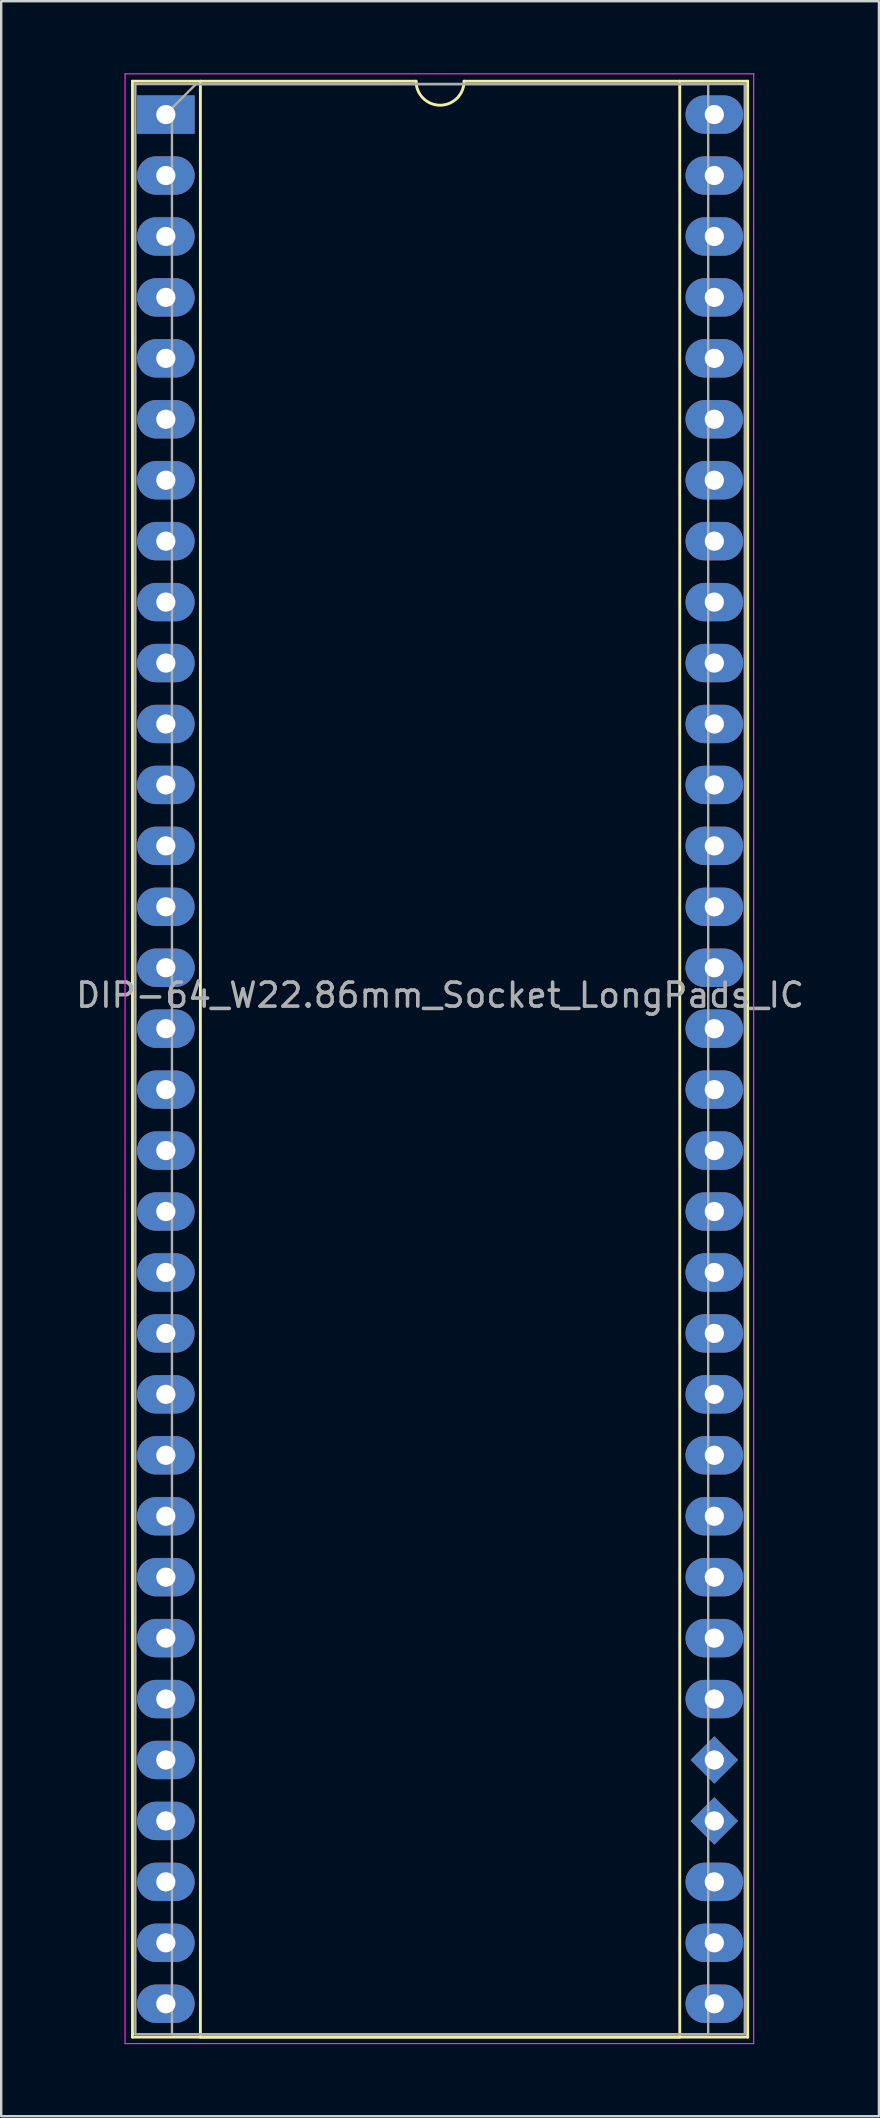
<source format=kicad_pcb>
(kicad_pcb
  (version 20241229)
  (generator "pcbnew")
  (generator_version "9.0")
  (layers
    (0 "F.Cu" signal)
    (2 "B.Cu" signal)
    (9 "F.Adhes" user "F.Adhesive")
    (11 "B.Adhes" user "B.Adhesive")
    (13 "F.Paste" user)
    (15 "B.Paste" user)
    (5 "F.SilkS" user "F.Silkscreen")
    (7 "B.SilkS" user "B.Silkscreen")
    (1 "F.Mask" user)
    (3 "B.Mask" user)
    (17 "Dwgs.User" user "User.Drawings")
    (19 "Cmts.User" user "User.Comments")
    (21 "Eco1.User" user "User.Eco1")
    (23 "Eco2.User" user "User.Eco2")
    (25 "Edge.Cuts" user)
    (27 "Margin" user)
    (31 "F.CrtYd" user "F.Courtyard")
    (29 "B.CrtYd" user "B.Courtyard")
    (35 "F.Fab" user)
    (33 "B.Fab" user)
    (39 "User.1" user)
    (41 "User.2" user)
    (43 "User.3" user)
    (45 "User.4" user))
  (footprint "DIP-64_W22.86mm_Socket_LongPads_IC"
    (layer "F.Cu")
    (at 3.862 1.725)
    (property "Reference" "DIP-64_W22.86mm_Socket_LongPads_IC" (at 11.43 36.703 0) (layer "F.Fab") (effects (font (size 1 1) (thickness 0.15))))
    (attr through_hole)
    (fp_line (start -1.39 -1.39) (end -1.39 80.13) (stroke (width 0.12) (type solid)) (layer "F.SilkS"))
    (fp_line (start -1.39 80.13) (end 24.25 80.13) (stroke (width 0.12) (type solid)) (layer "F.SilkS"))
    (fp_line (start 1.44 -1.39) (end 1.44 80.13) (stroke (width 0.12) (type solid)) (layer "F.SilkS"))
    (fp_line (start 1.44 80.13) (end 21.42 80.13) (stroke (width 0.12) (type solid)) (layer "F.SilkS"))
    (fp_line (start 10.43 -1.39) (end -1.39 -1.39) (stroke (width 0.12) (type solid)) (layer "F.SilkS"))
    (fp_line (start 21.42 80.13) (end 21.42 -1.39) (stroke (width 0.12) (type solid)) (layer "F.SilkS"))
    (fp_line (start 24.25 -1.39) (end 12.43 -1.39) (stroke (width 0.12) (type solid)) (layer "F.SilkS"))
    (fp_line (start 24.25 80.13) (end 24.25 -1.39) (stroke (width 0.12) (type solid)) (layer "F.SilkS"))
    (fp_arc (start 12.43 -1.39) (mid 11.43 -0.39) (end 10.43 -1.39) (stroke (width 0.12) (type solid)) (layer "F.SilkS"))
    (fp_line (start -1.7 -1.7) (end -1.7 80.4) (stroke (width 0.05) (type solid)) (layer "F.CrtYd"))
    (fp_line (start -1.7 80.4) (end 24.5 80.4) (stroke (width 0.05) (type solid)) (layer "F.CrtYd"))
    (fp_line (start 24.5 -1.7) (end -1.7 -1.7) (stroke (width 0.05) (type solid)) (layer "F.CrtYd"))
    (fp_line (start 24.5 80.4) (end 24.5 -1.7) (stroke (width 0.05) (type solid)) (layer "F.CrtYd"))
    (fp_line (start -1.27 -1.27) (end -1.27 80.01) (stroke (width 0.1) (type solid)) (layer "F.Fab"))
    (fp_line (start -1.27 80.01) (end 24.13 80.01) (stroke (width 0.1) (type solid)) (layer "F.Fab"))
    (fp_line (start 0.255 -0.27) (end 1.255 -1.27) (stroke (width 0.1) (type solid)) (layer "F.Fab"))
    (fp_line (start 0.255 80.01) (end 0.255 -0.27) (stroke (width 0.1) (type solid)) (layer "F.Fab"))
    (fp_line (start 1.255 -1.27) (end 22.605 -1.27) (stroke (width 0.1) (type solid)) (layer "F.Fab"))
    (fp_line (start 22.605 -1.27) (end 22.605 80.01) (stroke (width 0.1) (type solid)) (layer "F.Fab"))
    (fp_line (start 22.605 80.01) (end 0.255 80.01) (stroke (width 0.1) (type solid)) (layer "F.Fab"))
    (fp_line (start 24.13 -1.27) (end -1.27 -1.27) (stroke (width 0.1) (type solid)) (layer "F.Fab"))
    (fp_line (start 24.13 80.01) (end 24.13 -1.27) (stroke (width 0.1) (type solid)) (layer "F.Fab"))
    (pad "1" thru_hole rect (at 0 0) (size 2.4 1.6) (drill 0.8) (layers "*.Cu" "*.Mask"))
    (pad "2" thru_hole oval (at 0 2.54) (size 2.4 1.6) (drill 0.8) (layers "*.Cu" "*.Mask"))
    (pad "3" thru_hole oval (at 0 5.08) (size 2.4 1.6) (drill 0.8) (layers "*.Cu" "*.Mask"))
    (pad "4" thru_hole oval (at 0 7.62) (size 2.4 1.6) (drill 0.8) (layers "*.Cu" "*.Mask"))
    (pad "5" thru_hole oval (at 0 10.16) (size 2.4 1.6) (drill 0.8) (layers "*.Cu" "*.Mask"))
    (pad "6" thru_hole oval (at 0 12.7) (size 2.4 1.6) (drill 0.8) (layers "*.Cu" "*.Mask"))
    (pad "7" thru_hole oval (at 0 15.24) (size 2.4 1.6) (drill 0.8) (layers "*.Cu" "*.Mask"))
    (pad "8" thru_hole oval (at 0 17.78) (size 2.4 1.6) (drill 0.8) (layers "*.Cu" "*.Mask"))
    (pad "9" thru_hole oval (at 0 20.32) (size 2.4 1.6) (drill 0.8) (layers "*.Cu" "*.Mask"))
    (pad "10" thru_hole oval (at 0 22.86) (size 2.4 1.6) (drill 0.8) (layers "*.Cu" "*.Mask"))
    (pad "11" thru_hole oval (at 0 25.4) (size 2.4 1.6) (drill 0.8) (layers "*.Cu" "*.Mask"))
    (pad "12" thru_hole oval (at 0 27.94) (size 2.4 1.6) (drill 0.8) (layers "*.Cu" "*.Mask"))
    (pad "13" thru_hole oval (at 0 30.48) (size 2.4 1.6) (drill 0.8) (layers "*.Cu" "*.Mask"))
    (pad "14" thru_hole oval (at 0 33.02) (size 2.4 1.6) (drill 0.8) (layers "*.Cu" "*.Mask"))
    (pad "15" thru_hole oval (at 0 35.56) (size 2.4 1.6) (drill 0.8) (layers "*.Cu" "*.Mask"))
    (pad "16" thru_hole oval (at 0 38.1) (size 2.4 1.6) (drill 0.8) (layers "*.Cu" "*.Mask"))
    (pad "17" thru_hole oval (at 0 40.64) (size 2.4 1.6) (drill 0.8) (layers "*.Cu" "*.Mask"))
    (pad "18" thru_hole oval (at 0 43.18) (size 2.4 1.6) (drill 0.8) (layers "*.Cu" "*.Mask"))
    (pad "19" thru_hole oval (at 0 45.72) (size 2.4 1.6) (drill 0.8) (layers "*.Cu" "*.Mask"))
    (pad "20" thru_hole oval (at 0 48.26) (size 2.4 1.6) (drill 0.8) (layers "*.Cu" "*.Mask"))
    (pad "21" thru_hole oval (at 0 50.8) (size 2.4 1.6) (drill 0.8) (layers "*.Cu" "*.Mask"))
    (pad "22" thru_hole oval (at 0 53.34) (size 2.4 1.6) (drill 0.8) (layers "*.Cu" "*.Mask"))
    (pad "23" thru_hole oval (at 0 55.88) (size 2.4 1.6) (drill 0.8) (layers "*.Cu" "*.Mask"))
    (pad "24" thru_hole oval (at 0 58.42) (size 2.4 1.6) (drill 0.8) (layers "*.Cu" "*.Mask"))
    (pad "25" thru_hole oval (at 0 60.96) (size 2.4 1.6) (drill 0.8) (layers "*.Cu" "*.Mask"))
    (pad "26" thru_hole oval (at 0 63.5) (size 2.4 1.6) (drill 0.8) (layers "*.Cu" "*.Mask"))
    (pad "27" thru_hole oval (at 0 66.04) (size 2.4 1.6) (drill 0.8) (layers "*.Cu" "*.Mask"))
    (pad "28" thru_hole oval (at 0 68.58) (size 2.4 1.6) (drill 0.8) (layers "*.Cu" "*.Mask"))
    (pad "29" thru_hole oval (at 0 71.12) (size 2.4 1.6) (drill 0.8) (layers "*.Cu" "*.Mask"))
    (pad "30" thru_hole oval (at 0 73.66) (size 2.4 1.6) (drill 0.8) (layers "*.Cu" "*.Mask"))
    (pad "31" thru_hole oval (at 0 76.2) (size 2.4 1.6) (drill 0.8) (layers "*.Cu" "*.Mask"))
    (pad "32" thru_hole oval (at 0 78.74) (size 2.4 1.6) (drill 0.8) (layers "*.Cu" "*.Mask"))
    (pad "33" thru_hole oval (at 22.86 78.74) (size 2.4 1.6) (drill 0.8) (layers "*.Cu" "*.Mask"))
    (pad "34" thru_hole oval (at 22.86 76.2) (size 2.4 1.6) (drill 0.8) (layers "*.Cu" "*.Mask"))
    (pad "35" thru_hole oval (at 22.86 73.66) (size 2.4 1.6) (drill 0.8) (layers "*.Cu" "*.Mask"))
    (pad "36" thru_hole trapezoid (at 22.86 71.12 45) (size 1.4 1.4) (drill 0.8) (layers "*.Cu" "*.Mask"))
    (pad "37" thru_hole trapezoid (at 22.86 68.58 45) (size 1.4 1.4) (drill 0.8) (layers "*.Cu" "*.Mask"))
    (pad "38" thru_hole oval (at 22.86 66.04) (size 2.4 1.6) (drill 0.8) (layers "*.Cu" "*.Mask"))
    (pad "39" thru_hole oval (at 22.86 63.5) (size 2.4 1.6) (drill 0.8) (layers "*.Cu" "*.Mask"))
    (pad "40" thru_hole oval (at 22.86 60.96) (size 2.4 1.6) (drill 0.8) (layers "*.Cu" "*.Mask"))
    (pad "41" thru_hole oval (at 22.86 58.42) (size 2.4 1.6) (drill 0.8) (layers "*.Cu" "*.Mask"))
    (pad "42" thru_hole oval (at 22.86 55.88) (size 2.4 1.6) (drill 0.8) (layers "*.Cu" "*.Mask"))
    (pad "43" thru_hole oval (at 22.86 53.34) (size 2.4 1.6) (drill 0.8) (layers "*.Cu" "*.Mask"))
    (pad "44" thru_hole oval (at 22.86 50.8) (size 2.4 1.6) (drill 0.8) (layers "*.Cu" "*.Mask"))
    (pad "45" thru_hole oval (at 22.86 48.26) (size 2.4 1.6) (drill 0.8) (layers "*.Cu" "*.Mask"))
    (pad "46" thru_hole oval (at 22.86 45.72) (size 2.4 1.6) (drill 0.8) (layers "*.Cu" "*.Mask"))
    (pad "47" thru_hole oval (at 22.86 43.18) (size 2.4 1.6) (drill 0.8) (layers "*.Cu" "*.Mask"))
    (pad "48" thru_hole oval (at 22.86 40.64) (size 2.4 1.6) (drill 0.8) (layers "*.Cu" "*.Mask"))
    (pad "49" thru_hole oval (at 22.86 38.1) (size 2.4 1.6) (drill 0.8) (layers "*.Cu" "*.Mask"))
    (pad "50" thru_hole oval (at 22.86 35.56) (size 2.4 1.6) (drill 0.8) (layers "*.Cu" "*.Mask"))
    (pad "51" thru_hole oval (at 22.86 33.02) (size 2.4 1.6) (drill 0.8) (layers "*.Cu" "*.Mask"))
    (pad "52" thru_hole oval (at 22.86 30.48) (size 2.4 1.6) (drill 0.8) (layers "*.Cu" "*.Mask"))
    (pad "53" thru_hole oval (at 22.86 27.94) (size 2.4 1.6) (drill 0.8) (layers "*.Cu" "*.Mask"))
    (pad "54" thru_hole oval (at 22.86 25.4) (size 2.4 1.6) (drill 0.8) (layers "*.Cu" "*.Mask"))
    (pad "55" thru_hole oval (at 22.86 22.86) (size 2.4 1.6) (drill 0.8) (layers "*.Cu" "*.Mask"))
    (pad "56" thru_hole oval (at 22.86 20.32) (size 2.4 1.6) (drill 0.8) (layers "*.Cu" "*.Mask"))
    (pad "57" thru_hole oval (at 22.86 17.78) (size 2.4 1.6) (drill 0.8) (layers "*.Cu" "*.Mask"))
    (pad "58" thru_hole oval (at 22.86 15.24) (size 2.4 1.6) (drill 0.8) (layers "*.Cu" "*.Mask"))
    (pad "59" thru_hole oval (at 22.86 12.7) (size 2.4 1.6) (drill 0.8) (layers "*.Cu" "*.Mask"))
    (pad "60" thru_hole oval (at 22.86 10.16) (size 2.4 1.6) (drill 0.8) (layers "*.Cu" "*.Mask"))
    (pad "61" thru_hole oval (at 22.86 7.62) (size 2.4 1.6) (drill 0.8) (layers "*.Cu" "*.Mask"))
    (pad "62" thru_hole oval (at 22.86 5.08) (size 2.4 1.6) (drill 0.8) (layers "*.Cu" "*.Mask"))
    (pad "63" thru_hole oval (at 22.86 2.54) (size 2.4 1.6) (drill 0.8) (layers "*.Cu" "*.Mask"))
    (pad "64" thru_hole oval (at 22.86 0) (size 2.4 1.6) (drill 0.8) (layers "*.Cu" "*.Mask")))
  (gr_rect
    (start -3 -3)
    (end 33.583 85.15)
    (stroke (width 0.1) (type default))
    (fill no)
    (layer "Edge.Cuts")))
</source>
